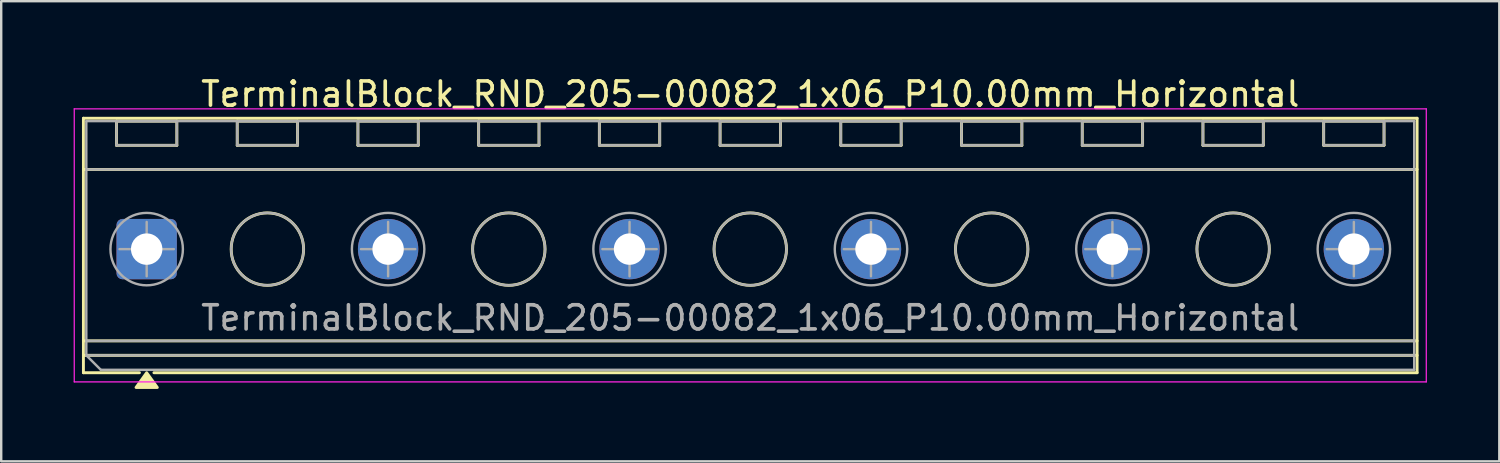
<source format=kicad_pcb>
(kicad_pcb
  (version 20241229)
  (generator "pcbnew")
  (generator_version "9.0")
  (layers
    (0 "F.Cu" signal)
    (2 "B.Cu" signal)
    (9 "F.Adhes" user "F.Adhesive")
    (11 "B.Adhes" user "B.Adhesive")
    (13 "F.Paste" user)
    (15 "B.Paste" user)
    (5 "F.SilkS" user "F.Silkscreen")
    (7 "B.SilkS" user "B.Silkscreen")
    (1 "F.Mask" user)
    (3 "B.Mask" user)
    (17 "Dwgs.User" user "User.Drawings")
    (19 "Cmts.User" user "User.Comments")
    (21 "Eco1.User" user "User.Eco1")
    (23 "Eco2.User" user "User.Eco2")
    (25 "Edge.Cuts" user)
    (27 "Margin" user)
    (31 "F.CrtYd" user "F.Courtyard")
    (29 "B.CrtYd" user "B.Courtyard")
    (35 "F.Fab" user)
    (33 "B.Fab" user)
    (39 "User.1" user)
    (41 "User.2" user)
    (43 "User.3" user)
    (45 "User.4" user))
  (footprint "TerminalBlock_RND_205-00082_1x06_P10.00mm_Horizontal"
    (layer "F.Cu")
    (at 3.025 7.268)
    (property "Reference" "TerminalBlock_RND_205-00082_1x06_P10.00mm_Horizontal" (at 25 -6.42 0) (layer "F.SilkS") (effects (font (size 1 1) (thickness 0.15))))
    (attr through_hole)
    (fp_line (start -2.62 -5.42) (end -2.62 5.12) (stroke (width 0.12) (type solid)) (layer "F.SilkS"))
    (fp_line (start -2.62 -5.42) (end 52.62 -5.42) (stroke (width 0.12) (type solid)) (layer "F.SilkS"))
    (fp_line (start -2.62 -3.3) (end 52.62 -3.3) (stroke (width 0.12) (type solid)) (layer "F.SilkS"))
    (fp_line (start -2.62 3.8) (end 52.62 3.8) (stroke (width 0.12) (type solid)) (layer "F.SilkS"))
    (fp_line (start -2.62 4.4) (end 52.62 4.4) (stroke (width 0.12) (type solid)) (layer "F.SilkS"))
    (fp_line (start -2.62 5.12) (end -0.3 5.12) (stroke (width 0.12) (type solid)) (layer "F.SilkS"))
    (fp_line (start -1.25 -5.3) (end -1.25 -4.3) (stroke (width 0.12) (type solid)) (layer "F.SilkS"))
    (fp_line (start -1.25 -5.3) (end 1.25 -5.3) (stroke (width 0.12) (type solid)) (layer "F.SilkS"))
    (fp_line (start -1.25 -4.3) (end 1.25 -4.3) (stroke (width 0.12) (type solid)) (layer "F.SilkS"))
    (fp_line (start 0.3 5.12) (end 52.62 5.12) (stroke (width 0.12) (type solid)) (layer "F.SilkS"))
    (fp_line (start 1.25 -5.3) (end 1.25 -4.3) (stroke (width 0.12) (type solid)) (layer "F.SilkS"))
    (fp_line (start 3.75 -5.3) (end 3.75 -4.3) (stroke (width 0.12) (type solid)) (layer "F.SilkS"))
    (fp_line (start 3.75 -5.3) (end 6.25 -5.3) (stroke (width 0.12) (type solid)) (layer "F.SilkS"))
    (fp_line (start 3.75 -4.3) (end 6.25 -4.3) (stroke (width 0.12) (type solid)) (layer "F.SilkS"))
    (fp_line (start 6.25 -5.3) (end 6.25 -4.3) (stroke (width 0.12) (type solid)) (layer "F.SilkS"))
    (fp_line (start 8.75 -5.3) (end 8.75 -4.3) (stroke (width 0.12) (type solid)) (layer "F.SilkS"))
    (fp_line (start 8.75 -5.3) (end 11.25 -5.3) (stroke (width 0.12) (type solid)) (layer "F.SilkS"))
    (fp_line (start 8.75 -4.3) (end 11.25 -4.3) (stroke (width 0.12) (type solid)) (layer "F.SilkS"))
    (fp_line (start 11.25 -5.3) (end 11.25 -4.3) (stroke (width 0.12) (type solid)) (layer "F.SilkS"))
    (fp_line (start 13.75 -5.3) (end 13.75 -4.3) (stroke (width 0.12) (type solid)) (layer "F.SilkS"))
    (fp_line (start 13.75 -5.3) (end 16.25 -5.3) (stroke (width 0.12) (type solid)) (layer "F.SilkS"))
    (fp_line (start 13.75 -4.3) (end 16.25 -4.3) (stroke (width 0.12) (type solid)) (layer "F.SilkS"))
    (fp_line (start 16.25 -5.3) (end 16.25 -4.3) (stroke (width 0.12) (type solid)) (layer "F.SilkS"))
    (fp_line (start 18.75 -5.3) (end 18.75 -4.3) (stroke (width 0.12) (type solid)) (layer "F.SilkS"))
    (fp_line (start 18.75 -5.3) (end 21.25 -5.3) (stroke (width 0.12) (type solid)) (layer "F.SilkS"))
    (fp_line (start 18.75 -4.3) (end 21.25 -4.3) (stroke (width 0.12) (type solid)) (layer "F.SilkS"))
    (fp_line (start 21.25 -5.3) (end 21.25 -4.3) (stroke (width 0.12) (type solid)) (layer "F.SilkS"))
    (fp_line (start 23.75 -5.3) (end 23.75 -4.3) (stroke (width 0.12) (type solid)) (layer "F.SilkS"))
    (fp_line (start 23.75 -5.3) (end 26.25 -5.3) (stroke (width 0.12) (type solid)) (layer "F.SilkS"))
    (fp_line (start 23.75 -4.3) (end 26.25 -4.3) (stroke (width 0.12) (type solid)) (layer "F.SilkS"))
    (fp_line (start 26.25 -5.3) (end 26.25 -4.3) (stroke (width 0.12) (type solid)) (layer "F.SilkS"))
    (fp_line (start 28.75 -5.3) (end 28.75 -4.3) (stroke (width 0.12) (type solid)) (layer "F.SilkS"))
    (fp_line (start 28.75 -5.3) (end 31.25 -5.3) (stroke (width 0.12) (type solid)) (layer "F.SilkS"))
    (fp_line (start 28.75 -4.3) (end 31.25 -4.3) (stroke (width 0.12) (type solid)) (layer "F.SilkS"))
    (fp_line (start 31.25 -5.3) (end 31.25 -4.3) (stroke (width 0.12) (type solid)) (layer "F.SilkS"))
    (fp_line (start 33.75 -5.3) (end 33.75 -4.3) (stroke (width 0.12) (type solid)) (layer "F.SilkS"))
    (fp_line (start 33.75 -5.3) (end 36.25 -5.3) (stroke (width 0.12) (type solid)) (layer "F.SilkS"))
    (fp_line (start 33.75 -4.3) (end 36.25 -4.3) (stroke (width 0.12) (type solid)) (layer "F.SilkS"))
    (fp_line (start 36.25 -5.3) (end 36.25 -4.3) (stroke (width 0.12) (type solid)) (layer "F.SilkS"))
    (fp_line (start 38.75 -5.3) (end 38.75 -4.3) (stroke (width 0.12) (type solid)) (layer "F.SilkS"))
    (fp_line (start 38.75 -5.3) (end 41.25 -5.3) (stroke (width 0.12) (type solid)) (layer "F.SilkS"))
    (fp_line (start 38.75 -4.3) (end 41.25 -4.3) (stroke (width 0.12) (type solid)) (layer "F.SilkS"))
    (fp_line (start 41.25 -5.3) (end 41.25 -4.3) (stroke (width 0.12) (type solid)) (layer "F.SilkS"))
    (fp_line (start 43.75 -5.3) (end 43.75 -4.3) (stroke (width 0.12) (type solid)) (layer "F.SilkS"))
    (fp_line (start 43.75 -5.3) (end 46.25 -5.3) (stroke (width 0.12) (type solid)) (layer "F.SilkS"))
    (fp_line (start 43.75 -4.3) (end 46.25 -4.3) (stroke (width 0.12) (type solid)) (layer "F.SilkS"))
    (fp_line (start 46.25 -5.3) (end 46.25 -4.3) (stroke (width 0.12) (type solid)) (layer "F.SilkS"))
    (fp_line (start 48.75 -5.3) (end 48.75 -4.3) (stroke (width 0.12) (type solid)) (layer "F.SilkS"))
    (fp_line (start 48.75 -5.3) (end 51.25 -5.3) (stroke (width 0.12) (type solid)) (layer "F.SilkS"))
    (fp_line (start 48.75 -4.3) (end 51.25 -4.3) (stroke (width 0.12) (type solid)) (layer "F.SilkS"))
    (fp_line (start 51.25 -5.3) (end 51.25 -4.3) (stroke (width 0.12) (type solid)) (layer "F.SilkS"))
    (fp_line (start 52.62 -5.42) (end 52.62 5.12) (stroke (width 0.12) (type solid)) (layer "F.SilkS"))
    (fp_circle (center 5 0) (end 6.5 0) (stroke (width 0.12) (type solid)) (fill no) (layer "F.SilkS"))
    (fp_circle (center 15 0) (end 16.5 0) (stroke (width 0.12) (type solid)) (fill no) (layer "F.SilkS"))
    (fp_circle (center 25 0) (end 26.5 0) (stroke (width 0.12) (type solid)) (fill no) (layer "F.SilkS"))
    (fp_circle (center 35 0) (end 36.5 0) (stroke (width 0.12) (type solid)) (fill no) (layer "F.SilkS"))
    (fp_circle (center 45 0) (end 46.5 0) (stroke (width 0.12) (type solid)) (fill no) (layer "F.SilkS"))
    (fp_poly (pts (xy 0 5.12) (xy 0.44 5.73) (xy -0.44 5.73)) (stroke (width 0.12) (type solid)) (fill yes) (layer "F.SilkS"))
    (fp_line (start -3 -5.81) (end -3 5.5) (stroke (width 0.05) (type solid)) (layer "F.CrtYd"))
    (fp_line (start -3 5.5) (end 53 5.5) (stroke (width 0.05) (type solid)) (layer "F.CrtYd"))
    (fp_line (start 53 -5.81) (end -3 -5.81) (stroke (width 0.05) (type solid)) (layer "F.CrtYd"))
    (fp_line (start 53 5.5) (end 53 -5.81) (stroke (width 0.05) (type solid)) (layer "F.CrtYd"))
    (fp_line (start -2.5 -5.3) (end 52.5 -5.3) (stroke (width 0.1) (type solid)) (layer "F.Fab"))
    (fp_line (start -2.5 -3.3) (end 52.5 -3.3) (stroke (width 0.1) (type solid)) (layer "F.Fab"))
    (fp_line (start -2.5 3.8) (end 52.5 3.8) (stroke (width 0.1) (type solid)) (layer "F.Fab"))
    (fp_line (start -2.5 4.4) (end -2.5 -5.3) (stroke (width 0.1) (type solid)) (layer "F.Fab"))
    (fp_line (start -2.5 4.4) (end 52.5 4.4) (stroke (width 0.1) (type solid)) (layer "F.Fab"))
    (fp_line (start -1.9 5) (end -2.5 4.4) (stroke (width 0.1) (type solid)) (layer "F.Fab"))
    (fp_line (start -1.25 -5.3) (end -1.25 -4.3) (stroke (width 0.1) (type solid)) (layer "F.Fab"))
    (fp_line (start -1.25 -4.3) (end 1.25 -4.3) (stroke (width 0.1) (type solid)) (layer "F.Fab"))
    (fp_line (start -1.125 0) (end 1.125 0) (stroke (width 0.1) (type solid)) (layer "F.Fab"))
    (fp_line (start 0 -1.125) (end 0 1.125) (stroke (width 0.1) (type solid)) (layer "F.Fab"))
    (fp_line (start 1.25 -5.3) (end -1.25 -5.3) (stroke (width 0.1) (type solid)) (layer "F.Fab"))
    (fp_line (start 1.25 -4.3) (end 1.25 -5.3) (stroke (width 0.1) (type solid)) (layer "F.Fab"))
    (fp_line (start 3.75 -5.3) (end 3.75 -4.3) (stroke (width 0.1) (type solid)) (layer "F.Fab"))
    (fp_line (start 3.75 -4.3) (end 6.25 -4.3) (stroke (width 0.1) (type solid)) (layer "F.Fab"))
    (fp_line (start 6.25 -5.3) (end 3.75 -5.3) (stroke (width 0.1) (type solid)) (layer "F.Fab"))
    (fp_line (start 6.25 -4.3) (end 6.25 -5.3) (stroke (width 0.1) (type solid)) (layer "F.Fab"))
    (fp_line (start 8.75 -5.3) (end 8.75 -4.3) (stroke (width 0.1) (type solid)) (layer "F.Fab"))
    (fp_line (start 8.75 -4.3) (end 11.25 -4.3) (stroke (width 0.1) (type solid)) (layer "F.Fab"))
    (fp_line (start 8.875 0) (end 11.125 0) (stroke (width 0.1) (type solid)) (layer "F.Fab"))
    (fp_line (start 10 -1.125) (end 10 1.125) (stroke (width 0.1) (type solid)) (layer "F.Fab"))
    (fp_line (start 11.25 -5.3) (end 8.75 -5.3) (stroke (width 0.1) (type solid)) (layer "F.Fab"))
    (fp_line (start 11.25 -4.3) (end 11.25 -5.3) (stroke (width 0.1) (type solid)) (layer "F.Fab"))
    (fp_line (start 13.75 -5.3) (end 13.75 -4.3) (stroke (width 0.1) (type solid)) (layer "F.Fab"))
    (fp_line (start 13.75 -4.3) (end 16.25 -4.3) (stroke (width 0.1) (type solid)) (layer "F.Fab"))
    (fp_line (start 16.25 -5.3) (end 13.75 -5.3) (stroke (width 0.1) (type solid)) (layer "F.Fab"))
    (fp_line (start 16.25 -4.3) (end 16.25 -5.3) (stroke (width 0.1) (type solid)) (layer "F.Fab"))
    (fp_line (start 18.75 -5.3) (end 18.75 -4.3) (stroke (width 0.1) (type solid)) (layer "F.Fab"))
    (fp_line (start 18.75 -4.3) (end 21.25 -4.3) (stroke (width 0.1) (type solid)) (layer "F.Fab"))
    (fp_line (start 18.875 0) (end 21.125 0) (stroke (width 0.1) (type solid)) (layer "F.Fab"))
    (fp_line (start 20 -1.125) (end 20 1.125) (stroke (width 0.1) (type solid)) (layer "F.Fab"))
    (fp_line (start 21.25 -5.3) (end 18.75 -5.3) (stroke (width 0.1) (type solid)) (layer "F.Fab"))
    (fp_line (start 21.25 -4.3) (end 21.25 -5.3) (stroke (width 0.1) (type solid)) (layer "F.Fab"))
    (fp_line (start 23.75 -5.3) (end 23.75 -4.3) (stroke (width 0.1) (type solid)) (layer "F.Fab"))
    (fp_line (start 23.75 -4.3) (end 26.25 -4.3) (stroke (width 0.1) (type solid)) (layer "F.Fab"))
    (fp_line (start 26.25 -5.3) (end 23.75 -5.3) (stroke (width 0.1) (type solid)) (layer "F.Fab"))
    (fp_line (start 26.25 -4.3) (end 26.25 -5.3) (stroke (width 0.1) (type solid)) (layer "F.Fab"))
    (fp_line (start 28.75 -5.3) (end 28.75 -4.3) (stroke (width 0.1) (type solid)) (layer "F.Fab"))
    (fp_line (start 28.75 -4.3) (end 31.25 -4.3) (stroke (width 0.1) (type solid)) (layer "F.Fab"))
    (fp_line (start 28.875 0) (end 31.125 0) (stroke (width 0.1) (type solid)) (layer "F.Fab"))
    (fp_line (start 30 -1.125) (end 30 1.125) (stroke (width 0.1) (type solid)) (layer "F.Fab"))
    (fp_line (start 31.25 -5.3) (end 28.75 -5.3) (stroke (width 0.1) (type solid)) (layer "F.Fab"))
    (fp_line (start 31.25 -4.3) (end 31.25 -5.3) (stroke (width 0.1) (type solid)) (layer "F.Fab"))
    (fp_line (start 33.75 -5.3) (end 33.75 -4.3) (stroke (width 0.1) (type solid)) (layer "F.Fab"))
    (fp_line (start 33.75 -4.3) (end 36.25 -4.3) (stroke (width 0.1) (type solid)) (layer "F.Fab"))
    (fp_line (start 36.25 -5.3) (end 33.75 -5.3) (stroke (width 0.1) (type solid)) (layer "F.Fab"))
    (fp_line (start 36.25 -4.3) (end 36.25 -5.3) (stroke (width 0.1) (type solid)) (layer "F.Fab"))
    (fp_line (start 38.75 -5.3) (end 38.75 -4.3) (stroke (width 0.1) (type solid)) (layer "F.Fab"))
    (fp_line (start 38.75 -4.3) (end 41.25 -4.3) (stroke (width 0.1) (type solid)) (layer "F.Fab"))
    (fp_line (start 38.875 0) (end 41.125 0) (stroke (width 0.1) (type solid)) (layer "F.Fab"))
    (fp_line (start 40 -1.125) (end 40 1.125) (stroke (width 0.1) (type solid)) (layer "F.Fab"))
    (fp_line (start 41.25 -5.3) (end 38.75 -5.3) (stroke (width 0.1) (type solid)) (layer "F.Fab"))
    (fp_line (start 41.25 -4.3) (end 41.25 -5.3) (stroke (width 0.1) (type solid)) (layer "F.Fab"))
    (fp_line (start 43.75 -5.3) (end 43.75 -4.3) (stroke (width 0.1) (type solid)) (layer "F.Fab"))
    (fp_line (start 43.75 -4.3) (end 46.25 -4.3) (stroke (width 0.1) (type solid)) (layer "F.Fab"))
    (fp_line (start 46.25 -5.3) (end 43.75 -5.3) (stroke (width 0.1) (type solid)) (layer "F.Fab"))
    (fp_line (start 46.25 -4.3) (end 46.25 -5.3) (stroke (width 0.1) (type solid)) (layer "F.Fab"))
    (fp_line (start 48.75 -5.3) (end 48.75 -4.3) (stroke (width 0.1) (type solid)) (layer "F.Fab"))
    (fp_line (start 48.75 -4.3) (end 51.25 -4.3) (stroke (width 0.1) (type solid)) (layer "F.Fab"))
    (fp_line (start 48.875 0) (end 51.125 0) (stroke (width 0.1) (type solid)) (layer "F.Fab"))
    (fp_line (start 50 -1.125) (end 50 1.125) (stroke (width 0.1) (type solid)) (layer "F.Fab"))
    (fp_line (start 51.25 -5.3) (end 48.75 -5.3) (stroke (width 0.1) (type solid)) (layer "F.Fab"))
    (fp_line (start 51.25 -4.3) (end 51.25 -5.3) (stroke (width 0.1) (type solid)) (layer "F.Fab"))
    (fp_line (start 52.5 -5.3) (end 52.5 5) (stroke (width 0.1) (type solid)) (layer "F.Fab"))
    (fp_line (start 52.5 5) (end -1.9 5) (stroke (width 0.1) (type solid)) (layer "F.Fab"))
    (fp_circle (center 0 0) (end 1.5 0) (stroke (width 0.1) (type solid)) (fill no) (layer "F.Fab"))
    (fp_circle (center 5 0) (end 6.5 0) (stroke (width 0.1) (type solid)) (fill no) (layer "F.Fab"))
    (fp_circle (center 10 0) (end 11.5 0) (stroke (width 0.1) (type solid)) (fill no) (layer "F.Fab"))
    (fp_circle (center 15 0) (end 16.5 0) (stroke (width 0.1) (type solid)) (fill no) (layer "F.Fab"))
    (fp_circle (center 20 0) (end 21.5 0) (stroke (width 0.1) (type solid)) (fill no) (layer "F.Fab"))
    (fp_circle (center 25 0) (end 26.5 0) (stroke (width 0.1) (type solid)) (fill no) (layer "F.Fab"))
    (fp_circle (center 30 0) (end 31.5 0) (stroke (width 0.1) (type solid)) (fill no) (layer "F.Fab"))
    (fp_circle (center 35 0) (end 36.5 0) (stroke (width 0.1) (type solid)) (fill no) (layer "F.Fab"))
    (fp_circle (center 40 0) (end 41.5 0) (stroke (width 0.1) (type solid)) (fill no) (layer "F.Fab"))
    (fp_circle (center 45 0) (end 46.5 0) (stroke (width 0.1) (type solid)) (fill no) (layer "F.Fab"))
    (fp_circle (center 50 0) (end 51.5 0) (stroke (width 0.1) (type solid)) (fill no) (layer "F.Fab"))
    (fp_text user "${REFERENCE}" (at 25 2.85 0) (layer "F.Fab") (effects (font (size 1 1) (thickness 0.15))))
    (pad "1" thru_hole roundrect (at 0 0) (size 2.5 2.5) (drill 1.3) (layers "*.Cu" "*.Mask") (roundrect_rratio 0.1))
    (pad "2" thru_hole circle (at 10 0) (size 2.5 2.5) (drill 1.3) (layers "*.Cu" "*.Mask"))
    (pad "3" thru_hole circle (at 20 0) (size 2.5 2.5) (drill 1.3) (layers "*.Cu" "*.Mask"))
    (pad "4" thru_hole circle (at 30 0) (size 2.5 2.5) (drill 1.3) (layers "*.Cu" "*.Mask"))
    (pad "5" thru_hole circle (at 40 0) (size 2.5 2.5) (drill 1.3) (layers "*.Cu" "*.Mask"))
    (pad "6" thru_hole circle (at 50 0) (size 2.5 2.5) (drill 1.3) (layers "*.Cu" "*.Mask")))
  (gr_rect
    (start -3 -3)
    (end 59.05 16.058)
    (stroke (width 0.1) (type default))
    (fill no)
    (layer "Edge.Cuts")))
</source>
